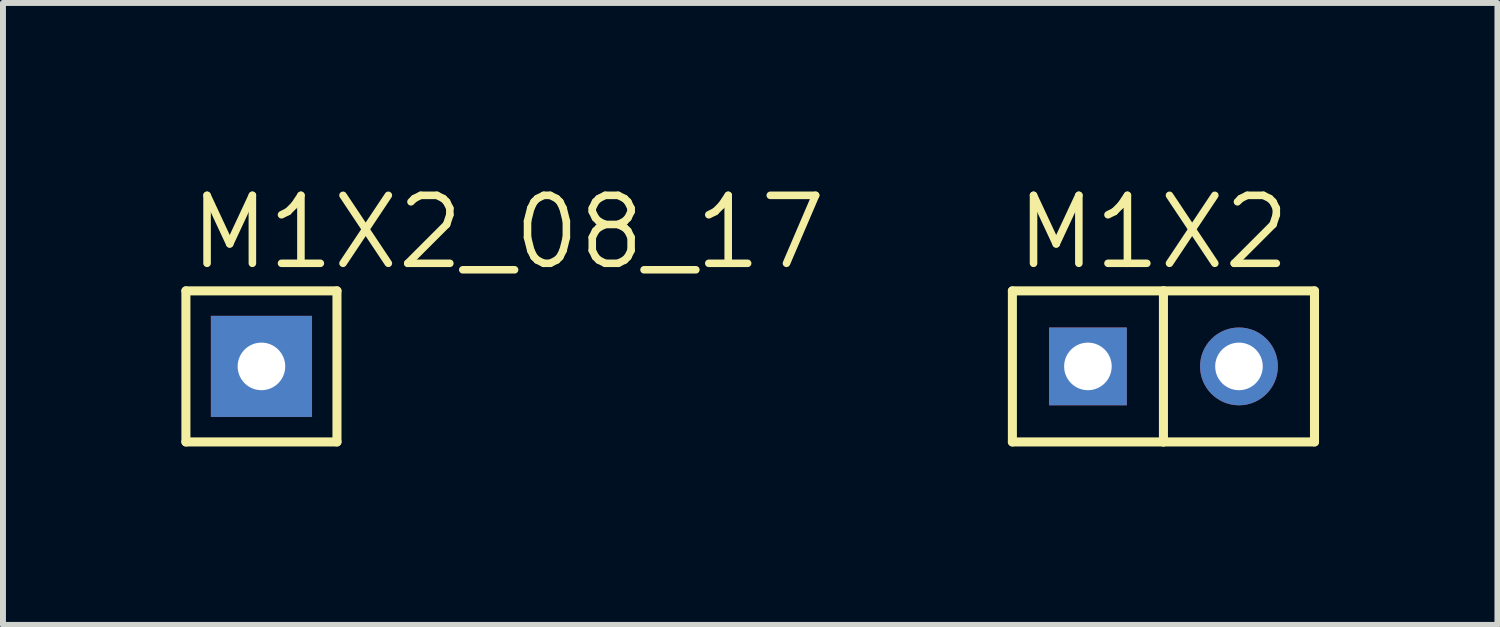
<source format=kicad_pcb>
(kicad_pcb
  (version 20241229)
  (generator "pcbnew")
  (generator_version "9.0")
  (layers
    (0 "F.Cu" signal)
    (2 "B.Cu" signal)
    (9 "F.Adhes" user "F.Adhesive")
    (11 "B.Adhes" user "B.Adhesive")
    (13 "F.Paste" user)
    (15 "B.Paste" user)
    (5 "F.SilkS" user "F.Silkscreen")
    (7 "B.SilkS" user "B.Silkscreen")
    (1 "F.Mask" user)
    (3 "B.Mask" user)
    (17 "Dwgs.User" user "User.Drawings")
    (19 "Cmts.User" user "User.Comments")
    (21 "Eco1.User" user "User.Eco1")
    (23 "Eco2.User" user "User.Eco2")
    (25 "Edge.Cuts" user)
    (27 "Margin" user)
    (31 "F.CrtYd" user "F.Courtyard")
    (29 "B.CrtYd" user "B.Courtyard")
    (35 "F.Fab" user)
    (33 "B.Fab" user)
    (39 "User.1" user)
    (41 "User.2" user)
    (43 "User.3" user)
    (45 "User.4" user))
  (footprint "M1X2"
    (layer "F.Cu")
    (at 16.513 3.111)
    (property "Reference" "M1X2" (at -2.54 -1.587 0) (unlocked yes) (layer "F.SilkS") (effects (font (size 1.143 1.143) (thickness 0.127)) (justify left bottom)))
    (fp_line (start -2.54 -1.27) (end 0 -1.27) (stroke (width 0.152) (type solid)) (layer "F.SilkS"))
    (fp_line (start -2.54 1.27) (end -2.54 -1.27) (stroke (width 0.152) (type solid)) (layer "F.SilkS"))
    (fp_line (start 0 -1.27) (end 2.54 -1.27) (stroke (width 0.152) (type solid)) (layer "F.SilkS"))
    (fp_line (start 0 1.27) (end -2.54 1.27) (stroke (width 0.152) (type solid)) (layer "F.SilkS"))
    (fp_line (start 0 1.27) (end 0 -1.27) (stroke (width 0.152) (type solid)) (layer "F.SilkS"))
    (fp_line (start 2.54 -1.27) (end 2.54 1.27) (stroke (width 0.152) (type solid)) (layer "F.SilkS"))
    (fp_line (start 2.54 1.27) (end 0 1.27) (stroke (width 0.152) (type solid)) (layer "F.SilkS"))
    (pad "1" thru_hole rect (at -1.27 0) (size 1.308 1.308) (drill 0.8) (layers "*.Cu" "*.Mask"))
    (pad "2" thru_hole circle (at 1.27 0) (size 1.308 1.308) (drill 0.8) (layers "*.Cu" "*.Mask")))
  (footprint "M1X2_08_17"
    (layer "F.Cu")
    (at 1.346 3.111)
    (property "Reference" "M1X2_08_17" (at -1.27 -1.587 0) (unlocked yes) (layer "F.SilkS") (effects (font (size 1.143 1.143) (thickness 0.127)) (justify left bottom)))
    (fp_line (start -1.27 -1.27) (end 1.27 -1.27) (stroke (width 0.152) (type solid)) (layer "F.SilkS"))
    (fp_line (start -1.27 1.27) (end -1.27 -1.27) (stroke (width 0.152) (type solid)) (layer "F.SilkS"))
    (fp_line (start 1.27 -1.27) (end 1.27 1.27) (stroke (width 0.152) (type solid)) (layer "F.SilkS"))
    (fp_line (start 1.27 1.27) (end -1.27 1.27) (stroke (width 0.152) (type solid)) (layer "F.SilkS"))
    (pad "1" thru_hole rect (at 0 0) (size 1.7 1.7) (drill 0.8) (layers "*.Cu" "*.Mask")))
  (gr_rect
    (start -3 -3)
    (end 22.129 7.458)
    (stroke (width 0.1) (type default))
    (fill no)
    (layer "Edge.Cuts")))
</source>
